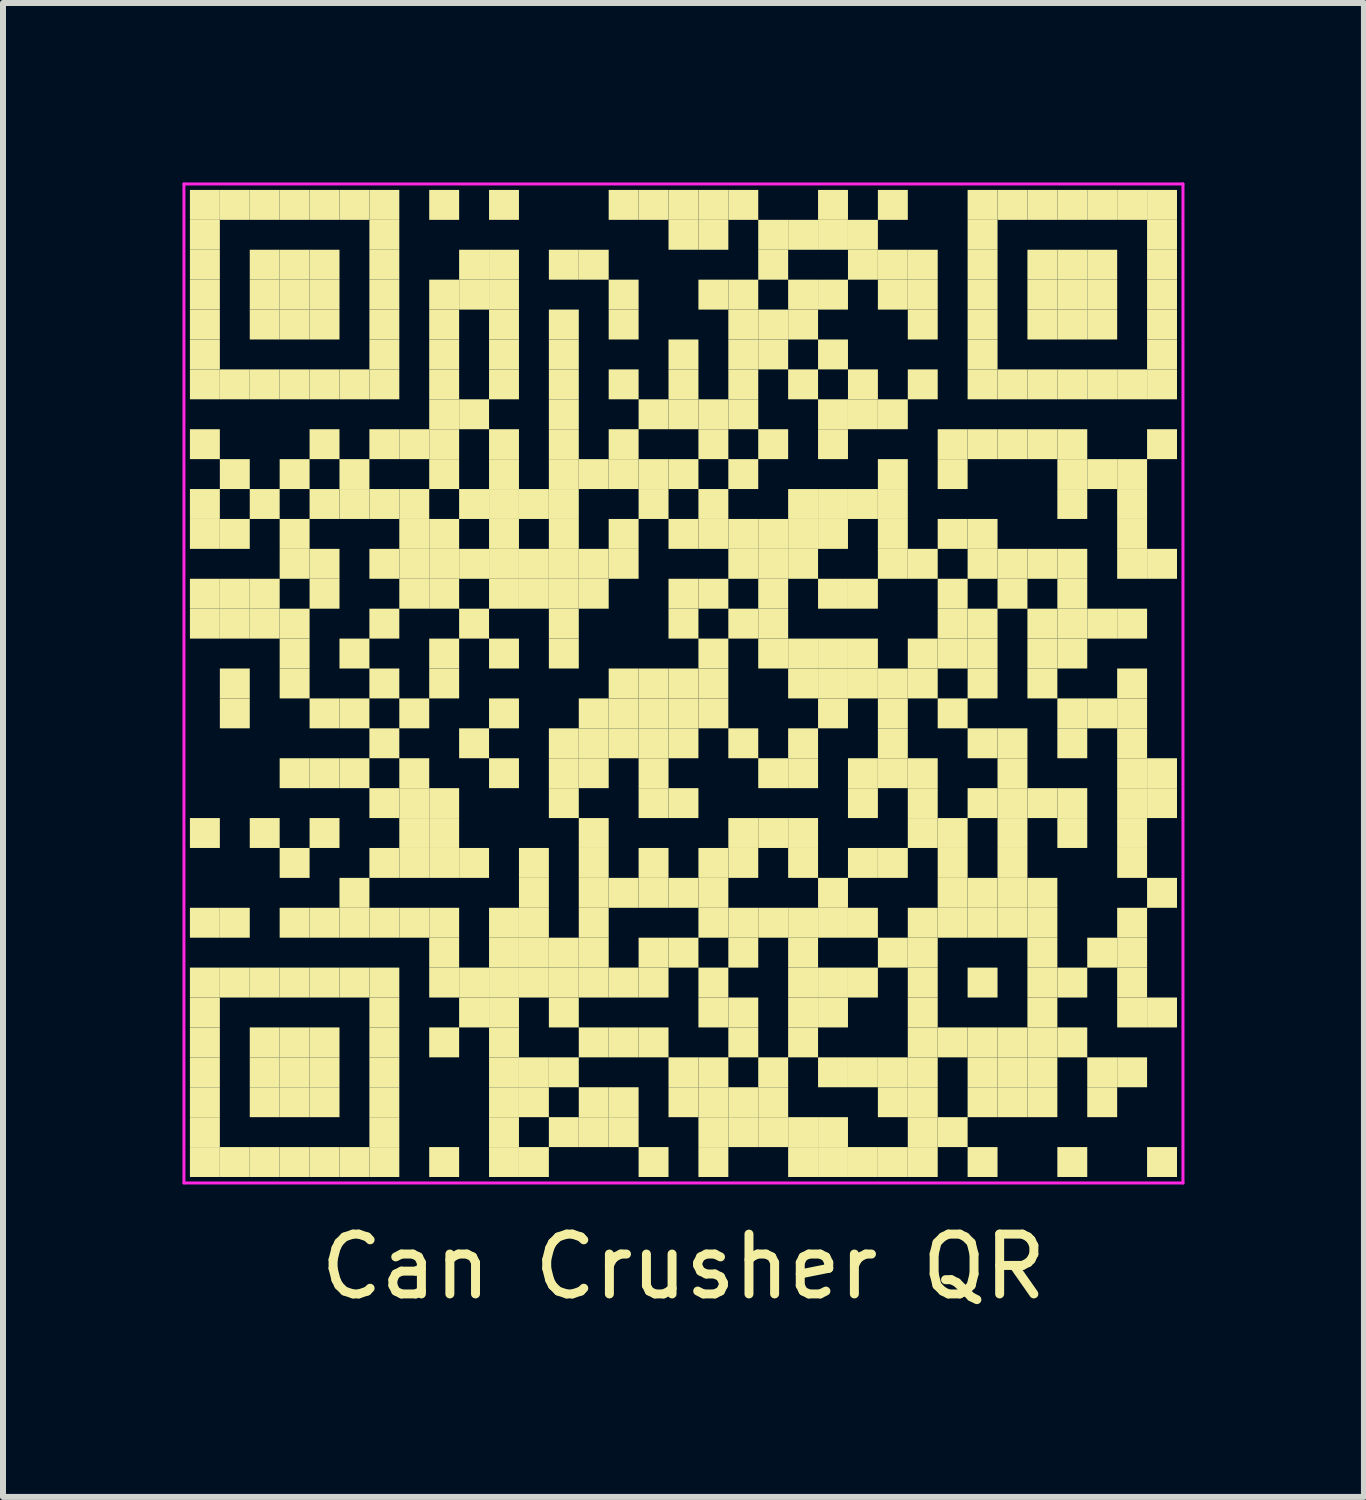
<source format=kicad_pcb>
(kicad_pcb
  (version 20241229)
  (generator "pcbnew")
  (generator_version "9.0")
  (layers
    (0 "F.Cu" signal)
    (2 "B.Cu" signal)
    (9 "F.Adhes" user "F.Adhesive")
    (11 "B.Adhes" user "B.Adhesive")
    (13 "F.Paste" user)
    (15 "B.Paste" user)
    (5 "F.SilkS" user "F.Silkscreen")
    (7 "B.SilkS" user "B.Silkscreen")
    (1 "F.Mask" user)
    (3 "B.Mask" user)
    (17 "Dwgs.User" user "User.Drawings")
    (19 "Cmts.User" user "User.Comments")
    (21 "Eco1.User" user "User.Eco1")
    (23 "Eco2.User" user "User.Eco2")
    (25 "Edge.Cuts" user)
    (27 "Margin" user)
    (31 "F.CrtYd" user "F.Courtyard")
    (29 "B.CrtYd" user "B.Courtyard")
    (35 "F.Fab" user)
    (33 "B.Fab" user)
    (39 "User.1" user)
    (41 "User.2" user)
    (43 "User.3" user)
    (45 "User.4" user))
  (footprint "Can Crusher QR"
    (layer "F.Cu")
    (at 8.375 8.375)
    (property "Reference" "Can Crusher QR" (at 0 9.75 0) (layer "F.SilkS") (effects (font (size 1 1) (thickness 0.15))))
    (fp_rect (start -8.25 -8.25) (end -7.75 -7.75) (stroke (width 0) (type solid)) (fill yes) (layer "F.SilkS"))
    (fp_rect (start -8.25 -7.75) (end -7.75 -7.25) (stroke (width 0) (type solid)) (fill yes) (layer "F.SilkS"))
    (fp_rect (start -8.25 -7.25) (end -7.75 -6.75) (stroke (width 0) (type solid)) (fill yes) (layer "F.SilkS"))
    (fp_rect (start -8.25 -6.75) (end -7.75 -6.25) (stroke (width 0) (type solid)) (fill yes) (layer "F.SilkS"))
    (fp_rect (start -8.25 -6.25) (end -7.75 -5.75) (stroke (width 0) (type solid)) (fill yes) (layer "F.SilkS"))
    (fp_rect (start -8.25 -5.75) (end -7.75 -5.25) (stroke (width 0) (type solid)) (fill yes) (layer "F.SilkS"))
    (fp_rect (start -8.25 -5.25) (end -7.75 -4.75) (stroke (width 0) (type solid)) (fill yes) (layer "F.SilkS"))
    (fp_rect (start -8.25 -4.25) (end -7.75 -3.75) (stroke (width 0) (type solid)) (fill yes) (layer "F.SilkS"))
    (fp_rect (start -8.25 -3.25) (end -7.75 -2.75) (stroke (width 0) (type solid)) (fill yes) (layer "F.SilkS"))
    (fp_rect (start -8.25 -2.75) (end -7.75 -2.25) (stroke (width 0) (type solid)) (fill yes) (layer "F.SilkS"))
    (fp_rect (start -8.25 -1.75) (end -7.75 -1.25) (stroke (width 0) (type solid)) (fill yes) (layer "F.SilkS"))
    (fp_rect (start -8.25 -1.25) (end -7.75 -0.75) (stroke (width 0) (type solid)) (fill yes) (layer "F.SilkS"))
    (fp_rect (start -8.25 2.25) (end -7.75 2.75) (stroke (width 0) (type solid)) (fill yes) (layer "F.SilkS"))
    (fp_rect (start -8.25 3.75) (end -7.75 4.25) (stroke (width 0) (type solid)) (fill yes) (layer "F.SilkS"))
    (fp_rect (start -8.25 4.75) (end -7.75 5.25) (stroke (width 0) (type solid)) (fill yes) (layer "F.SilkS"))
    (fp_rect (start -8.25 5.25) (end -7.75 5.75) (stroke (width 0) (type solid)) (fill yes) (layer "F.SilkS"))
    (fp_rect (start -8.25 5.75) (end -7.75 6.25) (stroke (width 0) (type solid)) (fill yes) (layer "F.SilkS"))
    (fp_rect (start -8.25 6.25) (end -7.75 6.75) (stroke (width 0) (type solid)) (fill yes) (layer "F.SilkS"))
    (fp_rect (start -8.25 6.75) (end -7.75 7.25) (stroke (width 0) (type solid)) (fill yes) (layer "F.SilkS"))
    (fp_rect (start -8.25 7.25) (end -7.75 7.75) (stroke (width 0) (type solid)) (fill yes) (layer "F.SilkS"))
    (fp_rect (start -8.25 7.75) (end -7.75 8.25) (stroke (width 0) (type solid)) (fill yes) (layer "F.SilkS"))
    (fp_rect (start -7.75 -8.25) (end -7.25 -7.75) (stroke (width 0) (type solid)) (fill yes) (layer "F.SilkS"))
    (fp_rect (start -7.75 -5.25) (end -7.25 -4.75) (stroke (width 0) (type solid)) (fill yes) (layer "F.SilkS"))
    (fp_rect (start -7.75 -3.75) (end -7.25 -3.25) (stroke (width 0) (type solid)) (fill yes) (layer "F.SilkS"))
    (fp_rect (start -7.75 -2.75) (end -7.25 -2.25) (stroke (width 0) (type solid)) (fill yes) (layer "F.SilkS"))
    (fp_rect (start -7.75 -1.75) (end -7.25 -1.25) (stroke (width 0) (type solid)) (fill yes) (layer "F.SilkS"))
    (fp_rect (start -7.75 -1.25) (end -7.25 -0.75) (stroke (width 0) (type solid)) (fill yes) (layer "F.SilkS"))
    (fp_rect (start -7.75 -0.25) (end -7.25 0.25) (stroke (width 0) (type solid)) (fill yes) (layer "F.SilkS"))
    (fp_rect (start -7.75 0.25) (end -7.25 0.75) (stroke (width 0) (type solid)) (fill yes) (layer "F.SilkS"))
    (fp_rect (start -7.75 3.75) (end -7.25 4.25) (stroke (width 0) (type solid)) (fill yes) (layer "F.SilkS"))
    (fp_rect (start -7.75 4.75) (end -7.25 5.25) (stroke (width 0) (type solid)) (fill yes) (layer "F.SilkS"))
    (fp_rect (start -7.75 7.75) (end -7.25 8.25) (stroke (width 0) (type solid)) (fill yes) (layer "F.SilkS"))
    (fp_rect (start -7.25 -8.25) (end -6.75 -7.75) (stroke (width 0) (type solid)) (fill yes) (layer "F.SilkS"))
    (fp_rect (start -7.25 -7.25) (end -6.75 -6.75) (stroke (width 0) (type solid)) (fill yes) (layer "F.SilkS"))
    (fp_rect (start -7.25 -6.75) (end -6.75 -6.25) (stroke (width 0) (type solid)) (fill yes) (layer "F.SilkS"))
    (fp_rect (start -7.25 -6.25) (end -6.75 -5.75) (stroke (width 0) (type solid)) (fill yes) (layer "F.SilkS"))
    (fp_rect (start -7.25 -5.25) (end -6.75 -4.75) (stroke (width 0) (type solid)) (fill yes) (layer "F.SilkS"))
    (fp_rect (start -7.25 -3.25) (end -6.75 -2.75) (stroke (width 0) (type solid)) (fill yes) (layer "F.SilkS"))
    (fp_rect (start -7.25 -1.75) (end -6.75 -1.25) (stroke (width 0) (type solid)) (fill yes) (layer "F.SilkS"))
    (fp_rect (start -7.25 -1.25) (end -6.75 -0.75) (stroke (width 0) (type solid)) (fill yes) (layer "F.SilkS"))
    (fp_rect (start -7.25 2.25) (end -6.75 2.75) (stroke (width 0) (type solid)) (fill yes) (layer "F.SilkS"))
    (fp_rect (start -7.25 4.75) (end -6.75 5.25) (stroke (width 0) (type solid)) (fill yes) (layer "F.SilkS"))
    (fp_rect (start -7.25 5.75) (end -6.75 6.25) (stroke (width 0) (type solid)) (fill yes) (layer "F.SilkS"))
    (fp_rect (start -7.25 6.25) (end -6.75 6.75) (stroke (width 0) (type solid)) (fill yes) (layer "F.SilkS"))
    (fp_rect (start -7.25 6.75) (end -6.75 7.25) (stroke (width 0) (type solid)) (fill yes) (layer "F.SilkS"))
    (fp_rect (start -7.25 7.75) (end -6.75 8.25) (stroke (width 0) (type solid)) (fill yes) (layer "F.SilkS"))
    (fp_rect (start -6.75 -8.25) (end -6.25 -7.75) (stroke (width 0) (type solid)) (fill yes) (layer "F.SilkS"))
    (fp_rect (start -6.75 -7.25) (end -6.25 -6.75) (stroke (width 0) (type solid)) (fill yes) (layer "F.SilkS"))
    (fp_rect (start -6.75 -6.75) (end -6.25 -6.25) (stroke (width 0) (type solid)) (fill yes) (layer "F.SilkS"))
    (fp_rect (start -6.75 -6.25) (end -6.25 -5.75) (stroke (width 0) (type solid)) (fill yes) (layer "F.SilkS"))
    (fp_rect (start -6.75 -5.25) (end -6.25 -4.75) (stroke (width 0) (type solid)) (fill yes) (layer "F.SilkS"))
    (fp_rect (start -6.75 -3.75) (end -6.25 -3.25) (stroke (width 0) (type solid)) (fill yes) (layer "F.SilkS"))
    (fp_rect (start -6.75 -2.75) (end -6.25 -2.25) (stroke (width 0) (type solid)) (fill yes) (layer "F.SilkS"))
    (fp_rect (start -6.75 -2.25) (end -6.25 -1.75) (stroke (width 0) (type solid)) (fill yes) (layer "F.SilkS"))
    (fp_rect (start -6.75 -1.25) (end -6.25 -0.75) (stroke (width 0) (type solid)) (fill yes) (layer "F.SilkS"))
    (fp_rect (start -6.75 -0.75) (end -6.25 -0.25) (stroke (width 0) (type solid)) (fill yes) (layer "F.SilkS"))
    (fp_rect (start -6.75 -0.25) (end -6.25 0.25) (stroke (width 0) (type solid)) (fill yes) (layer "F.SilkS"))
    (fp_rect (start -6.75 1.25) (end -6.25 1.75) (stroke (width 0) (type solid)) (fill yes) (layer "F.SilkS"))
    (fp_rect (start -6.75 2.75) (end -6.25 3.25) (stroke (width 0) (type solid)) (fill yes) (layer "F.SilkS"))
    (fp_rect (start -6.75 3.75) (end -6.25 4.25) (stroke (width 0) (type solid)) (fill yes) (layer "F.SilkS"))
    (fp_rect (start -6.75 4.75) (end -6.25 5.25) (stroke (width 0) (type solid)) (fill yes) (layer "F.SilkS"))
    (fp_rect (start -6.75 5.75) (end -6.25 6.25) (stroke (width 0) (type solid)) (fill yes) (layer "F.SilkS"))
    (fp_rect (start -6.75 6.25) (end -6.25 6.75) (stroke (width 0) (type solid)) (fill yes) (layer "F.SilkS"))
    (fp_rect (start -6.75 6.75) (end -6.25 7.25) (stroke (width 0) (type solid)) (fill yes) (layer "F.SilkS"))
    (fp_rect (start -6.75 7.75) (end -6.25 8.25) (stroke (width 0) (type solid)) (fill yes) (layer "F.SilkS"))
    (fp_rect (start -6.25 -8.25) (end -5.75 -7.75) (stroke (width 0) (type solid)) (fill yes) (layer "F.SilkS"))
    (fp_rect (start -6.25 -7.25) (end -5.75 -6.75) (stroke (width 0) (type solid)) (fill yes) (layer "F.SilkS"))
    (fp_rect (start -6.25 -6.75) (end -5.75 -6.25) (stroke (width 0) (type solid)) (fill yes) (layer "F.SilkS"))
    (fp_rect (start -6.25 -6.25) (end -5.75 -5.75) (stroke (width 0) (type solid)) (fill yes) (layer "F.SilkS"))
    (fp_rect (start -6.25 -5.25) (end -5.75 -4.75) (stroke (width 0) (type solid)) (fill yes) (layer "F.SilkS"))
    (fp_rect (start -6.25 -4.25) (end -5.75 -3.75) (stroke (width 0) (type solid)) (fill yes) (layer "F.SilkS"))
    (fp_rect (start -6.25 -3.25) (end -5.75 -2.75) (stroke (width 0) (type solid)) (fill yes) (layer "F.SilkS"))
    (fp_rect (start -6.25 -2.25) (end -5.75 -1.75) (stroke (width 0) (type solid)) (fill yes) (layer "F.SilkS"))
    (fp_rect (start -6.25 -1.75) (end -5.75 -1.25) (stroke (width 0) (type solid)) (fill yes) (layer "F.SilkS"))
    (fp_rect (start -6.25 0.25) (end -5.75 0.75) (stroke (width 0) (type solid)) (fill yes) (layer "F.SilkS"))
    (fp_rect (start -6.25 1.25) (end -5.75 1.75) (stroke (width 0) (type solid)) (fill yes) (layer "F.SilkS"))
    (fp_rect (start -6.25 2.25) (end -5.75 2.75) (stroke (width 0) (type solid)) (fill yes) (layer "F.SilkS"))
    (fp_rect (start -6.25 3.75) (end -5.75 4.25) (stroke (width 0) (type solid)) (fill yes) (layer "F.SilkS"))
    (fp_rect (start -6.25 4.75) (end -5.75 5.25) (stroke (width 0) (type solid)) (fill yes) (layer "F.SilkS"))
    (fp_rect (start -6.25 5.75) (end -5.75 6.25) (stroke (width 0) (type solid)) (fill yes) (layer "F.SilkS"))
    (fp_rect (start -6.25 6.25) (end -5.75 6.75) (stroke (width 0) (type solid)) (fill yes) (layer "F.SilkS"))
    (fp_rect (start -6.25 6.75) (end -5.75 7.25) (stroke (width 0) (type solid)) (fill yes) (layer "F.SilkS"))
    (fp_rect (start -6.25 7.75) (end -5.75 8.25) (stroke (width 0) (type solid)) (fill yes) (layer "F.SilkS"))
    (fp_rect (start -5.75 -8.25) (end -5.25 -7.75) (stroke (width 0) (type solid)) (fill yes) (layer "F.SilkS"))
    (fp_rect (start -5.75 -5.25) (end -5.25 -4.75) (stroke (width 0) (type solid)) (fill yes) (layer "F.SilkS"))
    (fp_rect (start -5.75 -3.75) (end -5.25 -3.25) (stroke (width 0) (type solid)) (fill yes) (layer "F.SilkS"))
    (fp_rect (start -5.75 -3.25) (end -5.25 -2.75) (stroke (width 0) (type solid)) (fill yes) (layer "F.SilkS"))
    (fp_rect (start -5.75 -0.75) (end -5.25 -0.25) (stroke (width 0) (type solid)) (fill yes) (layer "F.SilkS"))
    (fp_rect (start -5.75 0.25) (end -5.25 0.75) (stroke (width 0) (type solid)) (fill yes) (layer "F.SilkS"))
    (fp_rect (start -5.75 1.25) (end -5.25 1.75) (stroke (width 0) (type solid)) (fill yes) (layer "F.SilkS"))
    (fp_rect (start -5.75 3.25) (end -5.25 3.75) (stroke (width 0) (type solid)) (fill yes) (layer "F.SilkS"))
    (fp_rect (start -5.75 3.75) (end -5.25 4.25) (stroke (width 0) (type solid)) (fill yes) (layer "F.SilkS"))
    (fp_rect (start -5.75 4.75) (end -5.25 5.25) (stroke (width 0) (type solid)) (fill yes) (layer "F.SilkS"))
    (fp_rect (start -5.75 7.75) (end -5.25 8.25) (stroke (width 0) (type solid)) (fill yes) (layer "F.SilkS"))
    (fp_rect (start -5.25 -8.25) (end -4.75 -7.75) (stroke (width 0) (type solid)) (fill yes) (layer "F.SilkS"))
    (fp_rect (start -5.25 -7.75) (end -4.75 -7.25) (stroke (width 0) (type solid)) (fill yes) (layer "F.SilkS"))
    (fp_rect (start -5.25 -7.25) (end -4.75 -6.75) (stroke (width 0) (type solid)) (fill yes) (layer "F.SilkS"))
    (fp_rect (start -5.25 -6.75) (end -4.75 -6.25) (stroke (width 0) (type solid)) (fill yes) (layer "F.SilkS"))
    (fp_rect (start -5.25 -6.25) (end -4.75 -5.75) (stroke (width 0) (type solid)) (fill yes) (layer "F.SilkS"))
    (fp_rect (start -5.25 -5.75) (end -4.75 -5.25) (stroke (width 0) (type solid)) (fill yes) (layer "F.SilkS"))
    (fp_rect (start -5.25 -5.25) (end -4.75 -4.75) (stroke (width 0) (type solid)) (fill yes) (layer "F.SilkS"))
    (fp_rect (start -5.25 -4.25) (end -4.75 -3.75) (stroke (width 0) (type solid)) (fill yes) (layer "F.SilkS"))
    (fp_rect (start -5.25 -3.25) (end -4.75 -2.75) (stroke (width 0) (type solid)) (fill yes) (layer "F.SilkS"))
    (fp_rect (start -5.25 -2.25) (end -4.75 -1.75) (stroke (width 0) (type solid)) (fill yes) (layer "F.SilkS"))
    (fp_rect (start -5.25 -1.25) (end -4.75 -0.75) (stroke (width 0) (type solid)) (fill yes) (layer "F.SilkS"))
    (fp_rect (start -5.25 -0.25) (end -4.75 0.25) (stroke (width 0) (type solid)) (fill yes) (layer "F.SilkS"))
    (fp_rect (start -5.25 0.75) (end -4.75 1.25) (stroke (width 0) (type solid)) (fill yes) (layer "F.SilkS"))
    (fp_rect (start -5.25 1.75) (end -4.75 2.25) (stroke (width 0) (type solid)) (fill yes) (layer "F.SilkS"))
    (fp_rect (start -5.25 2.75) (end -4.75 3.25) (stroke (width 0) (type solid)) (fill yes) (layer "F.SilkS"))
    (fp_rect (start -5.25 3.75) (end -4.75 4.25) (stroke (width 0) (type solid)) (fill yes) (layer "F.SilkS"))
    (fp_rect (start -5.25 4.75) (end -4.75 5.25) (stroke (width 0) (type solid)) (fill yes) (layer "F.SilkS"))
    (fp_rect (start -5.25 5.25) (end -4.75 5.75) (stroke (width 0) (type solid)) (fill yes) (layer "F.SilkS"))
    (fp_rect (start -5.25 5.75) (end -4.75 6.25) (stroke (width 0) (type solid)) (fill yes) (layer "F.SilkS"))
    (fp_rect (start -5.25 6.25) (end -4.75 6.75) (stroke (width 0) (type solid)) (fill yes) (layer "F.SilkS"))
    (fp_rect (start -5.25 6.75) (end -4.75 7.25) (stroke (width 0) (type solid)) (fill yes) (layer "F.SilkS"))
    (fp_rect (start -5.25 7.25) (end -4.75 7.75) (stroke (width 0) (type solid)) (fill yes) (layer "F.SilkS"))
    (fp_rect (start -5.25 7.75) (end -4.75 8.25) (stroke (width 0) (type solid)) (fill yes) (layer "F.SilkS"))
    (fp_rect (start -4.75 -4.25) (end -4.25 -3.75) (stroke (width 0) (type solid)) (fill yes) (layer "F.SilkS"))
    (fp_rect (start -4.75 -3.25) (end -4.25 -2.75) (stroke (width 0) (type solid)) (fill yes) (layer "F.SilkS"))
    (fp_rect (start -4.75 -2.75) (end -4.25 -2.25) (stroke (width 0) (type solid)) (fill yes) (layer "F.SilkS"))
    (fp_rect (start -4.75 -2.25) (end -4.25 -1.75) (stroke (width 0) (type solid)) (fill yes) (layer "F.SilkS"))
    (fp_rect (start -4.75 -1.75) (end -4.25 -1.25) (stroke (width 0) (type solid)) (fill yes) (layer "F.SilkS"))
    (fp_rect (start -4.75 0.25) (end -4.25 0.75) (stroke (width 0) (type solid)) (fill yes) (layer "F.SilkS"))
    (fp_rect (start -4.75 1.25) (end -4.25 1.75) (stroke (width 0) (type solid)) (fill yes) (layer "F.SilkS"))
    (fp_rect (start -4.75 1.75) (end -4.25 2.25) (stroke (width 0) (type solid)) (fill yes) (layer "F.SilkS"))
    (fp_rect (start -4.75 2.25) (end -4.25 2.75) (stroke (width 0) (type solid)) (fill yes) (layer "F.SilkS"))
    (fp_rect (start -4.75 2.75) (end -4.25 3.25) (stroke (width 0) (type solid)) (fill yes) (layer "F.SilkS"))
    (fp_rect (start -4.75 3.75) (end -4.25 4.25) (stroke (width 0) (type solid)) (fill yes) (layer "F.SilkS"))
    (fp_rect (start -4.25 -8.25) (end -3.75 -7.75) (stroke (width 0) (type solid)) (fill yes) (layer "F.SilkS"))
    (fp_rect (start -4.25 -6.75) (end -3.75 -6.25) (stroke (width 0) (type solid)) (fill yes) (layer "F.SilkS"))
    (fp_rect (start -4.25 -6.25) (end -3.75 -5.75) (stroke (width 0) (type solid)) (fill yes) (layer "F.SilkS"))
    (fp_rect (start -4.25 -5.75) (end -3.75 -5.25) (stroke (width 0) (type solid)) (fill yes) (layer "F.SilkS"))
    (fp_rect (start -4.25 -5.25) (end -3.75 -4.75) (stroke (width 0) (type solid)) (fill yes) (layer "F.SilkS"))
    (fp_rect (start -4.25 -4.75) (end -3.75 -4.25) (stroke (width 0) (type solid)) (fill yes) (layer "F.SilkS"))
    (fp_rect (start -4.25 -4.25) (end -3.75 -3.75) (stroke (width 0) (type solid)) (fill yes) (layer "F.SilkS"))
    (fp_rect (start -4.25 -3.75) (end -3.75 -3.25) (stroke (width 0) (type solid)) (fill yes) (layer "F.SilkS"))
    (fp_rect (start -4.25 -2.75) (end -3.75 -2.25) (stroke (width 0) (type solid)) (fill yes) (layer "F.SilkS"))
    (fp_rect (start -4.25 -2.25) (end -3.75 -1.75) (stroke (width 0) (type solid)) (fill yes) (layer "F.SilkS"))
    (fp_rect (start -4.25 -1.75) (end -3.75 -1.25) (stroke (width 0) (type solid)) (fill yes) (layer "F.SilkS"))
    (fp_rect (start -4.25 -0.75) (end -3.75 -0.25) (stroke (width 0) (type solid)) (fill yes) (layer "F.SilkS"))
    (fp_rect (start -4.25 -0.25) (end -3.75 0.25) (stroke (width 0) (type solid)) (fill yes) (layer "F.SilkS"))
    (fp_rect (start -4.25 1.75) (end -3.75 2.25) (stroke (width 0) (type solid)) (fill yes) (layer "F.SilkS"))
    (fp_rect (start -4.25 2.25) (end -3.75 2.75) (stroke (width 0) (type solid)) (fill yes) (layer "F.SilkS"))
    (fp_rect (start -4.25 2.75) (end -3.75 3.25) (stroke (width 0) (type solid)) (fill yes) (layer "F.SilkS"))
    (fp_rect (start -4.25 3.75) (end -3.75 4.25) (stroke (width 0) (type solid)) (fill yes) (layer "F.SilkS"))
    (fp_rect (start -4.25 4.25) (end -3.75 4.75) (stroke (width 0) (type solid)) (fill yes) (layer "F.SilkS"))
    (fp_rect (start -4.25 4.75) (end -3.75 5.25) (stroke (width 0) (type solid)) (fill yes) (layer "F.SilkS"))
    (fp_rect (start -4.25 5.75) (end -3.75 6.25) (stroke (width 0) (type solid)) (fill yes) (layer "F.SilkS"))
    (fp_rect (start -4.25 7.75) (end -3.75 8.25) (stroke (width 0) (type solid)) (fill yes) (layer "F.SilkS"))
    (fp_rect (start -3.75 -7.25) (end -3.25 -6.75) (stroke (width 0) (type solid)) (fill yes) (layer "F.SilkS"))
    (fp_rect (start -3.75 -6.75) (end -3.25 -6.25) (stroke (width 0) (type solid)) (fill yes) (layer "F.SilkS"))
    (fp_rect (start -3.75 -4.75) (end -3.25 -4.25) (stroke (width 0) (type solid)) (fill yes) (layer "F.SilkS"))
    (fp_rect (start -3.75 -3.25) (end -3.25 -2.75) (stroke (width 0) (type solid)) (fill yes) (layer "F.SilkS"))
    (fp_rect (start -3.75 -2.25) (end -3.25 -1.75) (stroke (width 0) (type solid)) (fill yes) (layer "F.SilkS"))
    (fp_rect (start -3.75 -1.25) (end -3.25 -0.75) (stroke (width 0) (type solid)) (fill yes) (layer "F.SilkS"))
    (fp_rect (start -3.75 0.75) (end -3.25 1.25) (stroke (width 0) (type solid)) (fill yes) (layer "F.SilkS"))
    (fp_rect (start -3.75 2.75) (end -3.25 3.25) (stroke (width 0) (type solid)) (fill yes) (layer "F.SilkS"))
    (fp_rect (start -3.75 4.75) (end -3.25 5.25) (stroke (width 0) (type solid)) (fill yes) (layer "F.SilkS"))
    (fp_rect (start -3.75 5.25) (end -3.25 5.75) (stroke (width 0) (type solid)) (fill yes) (layer "F.SilkS"))
    (fp_rect (start -3.25 -8.25) (end -2.75 -7.75) (stroke (width 0) (type solid)) (fill yes) (layer "F.SilkS"))
    (fp_rect (start -3.25 -7.25) (end -2.75 -6.75) (stroke (width 0) (type solid)) (fill yes) (layer "F.SilkS"))
    (fp_rect (start -3.25 -6.75) (end -2.75 -6.25) (stroke (width 0) (type solid)) (fill yes) (layer "F.SilkS"))
    (fp_rect (start -3.25 -6.25) (end -2.75 -5.75) (stroke (width 0) (type solid)) (fill yes) (layer "F.SilkS"))
    (fp_rect (start -3.25 -5.75) (end -2.75 -5.25) (stroke (width 0) (type solid)) (fill yes) (layer "F.SilkS"))
    (fp_rect (start -3.25 -5.25) (end -2.75 -4.75) (stroke (width 0) (type solid)) (fill yes) (layer "F.SilkS"))
    (fp_rect (start -3.25 -4.25) (end -2.75 -3.75) (stroke (width 0) (type solid)) (fill yes) (layer "F.SilkS"))
    (fp_rect (start -3.25 -3.75) (end -2.75 -3.25) (stroke (width 0) (type solid)) (fill yes) (layer "F.SilkS"))
    (fp_rect (start -3.25 -3.25) (end -2.75 -2.75) (stroke (width 0) (type solid)) (fill yes) (layer "F.SilkS"))
    (fp_rect (start -3.25 -2.75) (end -2.75 -2.25) (stroke (width 0) (type solid)) (fill yes) (layer "F.SilkS"))
    (fp_rect (start -3.25 -2.25) (end -2.75 -1.75) (stroke (width 0) (type solid)) (fill yes) (layer "F.SilkS"))
    (fp_rect (start -3.25 -1.75) (end -2.75 -1.25) (stroke (width 0) (type solid)) (fill yes) (layer "F.SilkS"))
    (fp_rect (start -3.25 -0.75) (end -2.75 -0.25) (stroke (width 0) (type solid)) (fill yes) (layer "F.SilkS"))
    (fp_rect (start -3.25 0.25) (end -2.75 0.75) (stroke (width 0) (type solid)) (fill yes) (layer "F.SilkS"))
    (fp_rect (start -3.25 1.25) (end -2.75 1.75) (stroke (width 0) (type solid)) (fill yes) (layer "F.SilkS"))
    (fp_rect (start -3.25 3.75) (end -2.75 4.25) (stroke (width 0) (type solid)) (fill yes) (layer "F.SilkS"))
    (fp_rect (start -3.25 4.25) (end -2.75 4.75) (stroke (width 0) (type solid)) (fill yes) (layer "F.SilkS"))
    (fp_rect (start -3.25 4.75) (end -2.75 5.25) (stroke (width 0) (type solid)) (fill yes) (layer "F.SilkS"))
    (fp_rect (start -3.25 5.25) (end -2.75 5.75) (stroke (width 0) (type solid)) (fill yes) (layer "F.SilkS"))
    (fp_rect (start -3.25 5.75) (end -2.75 6.25) (stroke (width 0) (type solid)) (fill yes) (layer "F.SilkS"))
    (fp_rect (start -3.25 6.25) (end -2.75 6.75) (stroke (width 0) (type solid)) (fill yes) (layer "F.SilkS"))
    (fp_rect (start -3.25 6.75) (end -2.75 7.25) (stroke (width 0) (type solid)) (fill yes) (layer "F.SilkS"))
    (fp_rect (start -3.25 7.25) (end -2.75 7.75) (stroke (width 0) (type solid)) (fill yes) (layer "F.SilkS"))
    (fp_rect (start -3.25 7.75) (end -2.75 8.25) (stroke (width 0) (type solid)) (fill yes) (layer "F.SilkS"))
    (fp_rect (start -2.75 -3.25) (end -2.25 -2.75) (stroke (width 0) (type solid)) (fill yes) (layer "F.SilkS"))
    (fp_rect (start -2.75 -2.25) (end -2.25 -1.75) (stroke (width 0) (type solid)) (fill yes) (layer "F.SilkS"))
    (fp_rect (start -2.75 -1.75) (end -2.25 -1.25) (stroke (width 0) (type solid)) (fill yes) (layer "F.SilkS"))
    (fp_rect (start -2.75 2.75) (end -2.25 3.25) (stroke (width 0) (type solid)) (fill yes) (layer "F.SilkS"))
    (fp_rect (start -2.75 3.25) (end -2.25 3.75) (stroke (width 0) (type solid)) (fill yes) (layer "F.SilkS"))
    (fp_rect (start -2.75 3.75) (end -2.25 4.25) (stroke (width 0) (type solid)) (fill yes) (layer "F.SilkS"))
    (fp_rect (start -2.75 4.25) (end -2.25 4.75) (stroke (width 0) (type solid)) (fill yes) (layer "F.SilkS"))
    (fp_rect (start -2.75 4.75) (end -2.25 5.25) (stroke (width 0) (type solid)) (fill yes) (layer "F.SilkS"))
    (fp_rect (start -2.75 6.25) (end -2.25 6.75) (stroke (width 0) (type solid)) (fill yes) (layer "F.SilkS"))
    (fp_rect (start -2.75 6.75) (end -2.25 7.25) (stroke (width 0) (type solid)) (fill yes) (layer "F.SilkS"))
    (fp_rect (start -2.75 7.75) (end -2.25 8.25) (stroke (width 0) (type solid)) (fill yes) (layer "F.SilkS"))
    (fp_rect (start -2.25 -7.25) (end -1.75 -6.75) (stroke (width 0) (type solid)) (fill yes) (layer "F.SilkS"))
    (fp_rect (start -2.25 -6.25) (end -1.75 -5.75) (stroke (width 0) (type solid)) (fill yes) (layer "F.SilkS"))
    (fp_rect (start -2.25 -5.75) (end -1.75 -5.25) (stroke (width 0) (type solid)) (fill yes) (layer "F.SilkS"))
    (fp_rect (start -2.25 -5.25) (end -1.75 -4.75) (stroke (width 0) (type solid)) (fill yes) (layer "F.SilkS"))
    (fp_rect (start -2.25 -4.75) (end -1.75 -4.25) (stroke (width 0) (type solid)) (fill yes) (layer "F.SilkS"))
    (fp_rect (start -2.25 -4.25) (end -1.75 -3.75) (stroke (width 0) (type solid)) (fill yes) (layer "F.SilkS"))
    (fp_rect (start -2.25 -3.75) (end -1.75 -3.25) (stroke (width 0) (type solid)) (fill yes) (layer "F.SilkS"))
    (fp_rect (start -2.25 -3.25) (end -1.75 -2.75) (stroke (width 0) (type solid)) (fill yes) (layer "F.SilkS"))
    (fp_rect (start -2.25 -2.75) (end -1.75 -2.25) (stroke (width 0) (type solid)) (fill yes) (layer "F.SilkS"))
    (fp_rect (start -2.25 -2.25) (end -1.75 -1.75) (stroke (width 0) (type solid)) (fill yes) (layer "F.SilkS"))
    (fp_rect (start -2.25 -1.75) (end -1.75 -1.25) (stroke (width 0) (type solid)) (fill yes) (layer "F.SilkS"))
    (fp_rect (start -2.25 -1.25) (end -1.75 -0.75) (stroke (width 0) (type solid)) (fill yes) (layer "F.SilkS"))
    (fp_rect (start -2.25 -0.75) (end -1.75 -0.25) (stroke (width 0) (type solid)) (fill yes) (layer "F.SilkS"))
    (fp_rect (start -2.25 0.75) (end -1.75 1.25) (stroke (width 0) (type solid)) (fill yes) (layer "F.SilkS"))
    (fp_rect (start -2.25 1.25) (end -1.75 1.75) (stroke (width 0) (type solid)) (fill yes) (layer "F.SilkS"))
    (fp_rect (start -2.25 1.75) (end -1.75 2.25) (stroke (width 0) (type solid)) (fill yes) (layer "F.SilkS"))
    (fp_rect (start -2.25 4.25) (end -1.75 4.75) (stroke (width 0) (type solid)) (fill yes) (layer "F.SilkS"))
    (fp_rect (start -2.25 4.75) (end -1.75 5.25) (stroke (width 0) (type solid)) (fill yes) (layer "F.SilkS"))
    (fp_rect (start -2.25 5.25) (end -1.75 5.75) (stroke (width 0) (type solid)) (fill yes) (layer "F.SilkS"))
    (fp_rect (start -2.25 6.25) (end -1.75 6.75) (stroke (width 0) (type solid)) (fill yes) (layer "F.SilkS"))
    (fp_rect (start -2.25 7.25) (end -1.75 7.75) (stroke (width 0) (type solid)) (fill yes) (layer "F.SilkS"))
    (fp_rect (start -1.75 -7.25) (end -1.25 -6.75) (stroke (width 0) (type solid)) (fill yes) (layer "F.SilkS"))
    (fp_rect (start -1.75 -3.75) (end -1.25 -3.25) (stroke (width 0) (type solid)) (fill yes) (layer "F.SilkS"))
    (fp_rect (start -1.75 -2.25) (end -1.25 -1.75) (stroke (width 0) (type solid)) (fill yes) (layer "F.SilkS"))
    (fp_rect (start -1.75 -1.75) (end -1.25 -1.25) (stroke (width 0) (type solid)) (fill yes) (layer "F.SilkS"))
    (fp_rect (start -1.75 0.25) (end -1.25 0.75) (stroke (width 0) (type solid)) (fill yes) (layer "F.SilkS"))
    (fp_rect (start -1.75 0.75) (end -1.25 1.25) (stroke (width 0) (type solid)) (fill yes) (layer "F.SilkS"))
    (fp_rect (start -1.75 1.25) (end -1.25 1.75) (stroke (width 0) (type solid)) (fill yes) (layer "F.SilkS"))
    (fp_rect (start -1.75 2.25) (end -1.25 2.75) (stroke (width 0) (type solid)) (fill yes) (layer "F.SilkS"))
    (fp_rect (start -1.75 2.75) (end -1.25 3.25) (stroke (width 0) (type solid)) (fill yes) (layer "F.SilkS"))
    (fp_rect (start -1.75 3.25) (end -1.25 3.75) (stroke (width 0) (type solid)) (fill yes) (layer "F.SilkS"))
    (fp_rect (start -1.75 3.75) (end -1.25 4.25) (stroke (width 0) (type solid)) (fill yes) (layer "F.SilkS"))
    (fp_rect (start -1.75 4.25) (end -1.25 4.75) (stroke (width 0) (type solid)) (fill yes) (layer "F.SilkS"))
    (fp_rect (start -1.75 4.75) (end -1.25 5.25) (stroke (width 0) (type solid)) (fill yes) (layer "F.SilkS"))
    (fp_rect (start -1.75 5.75) (end -1.25 6.25) (stroke (width 0) (type solid)) (fill yes) (layer "F.SilkS"))
    (fp_rect (start -1.75 6.75) (end -1.25 7.25) (stroke (width 0) (type solid)) (fill yes) (layer "F.SilkS"))
    (fp_rect (start -1.75 7.25) (end -1.25 7.75) (stroke (width 0) (type solid)) (fill yes) (layer "F.SilkS"))
    (fp_rect (start -1.25 -8.25) (end -0.75 -7.75) (stroke (width 0) (type solid)) (fill yes) (layer "F.SilkS"))
    (fp_rect (start -1.25 -6.75) (end -0.75 -6.25) (stroke (width 0) (type solid)) (fill yes) (layer "F.SilkS"))
    (fp_rect (start -1.25 -6.25) (end -0.75 -5.75) (stroke (width 0) (type solid)) (fill yes) (layer "F.SilkS"))
    (fp_rect (start -1.25 -5.25) (end -0.75 -4.75) (stroke (width 0) (type solid)) (fill yes) (layer "F.SilkS"))
    (fp_rect (start -1.25 -4.25) (end -0.75 -3.75) (stroke (width 0) (type solid)) (fill yes) (layer "F.SilkS"))
    (fp_rect (start -1.25 -3.75) (end -0.75 -3.25) (stroke (width 0) (type solid)) (fill yes) (layer "F.SilkS"))
    (fp_rect (start -1.25 -2.75) (end -0.75 -2.25) (stroke (width 0) (type solid)) (fill yes) (layer "F.SilkS"))
    (fp_rect (start -1.25 -2.25) (end -0.75 -1.75) (stroke (width 0) (type solid)) (fill yes) (layer "F.SilkS"))
    (fp_rect (start -1.25 -0.25) (end -0.75 0.25) (stroke (width 0) (type solid)) (fill yes) (layer "F.SilkS"))
    (fp_rect (start -1.25 0.25) (end -0.75 0.75) (stroke (width 0) (type solid)) (fill yes) (layer "F.SilkS"))
    (fp_rect (start -1.25 0.75) (end -0.75 1.25) (stroke (width 0) (type solid)) (fill yes) (layer "F.SilkS"))
    (fp_rect (start -1.25 3.25) (end -0.75 3.75) (stroke (width 0) (type solid)) (fill yes) (layer "F.SilkS"))
    (fp_rect (start -1.25 4.75) (end -0.75 5.25) (stroke (width 0) (type solid)) (fill yes) (layer "F.SilkS"))
    (fp_rect (start -1.25 5.75) (end -0.75 6.25) (stroke (width 0) (type solid)) (fill yes) (layer "F.SilkS"))
    (fp_rect (start -1.25 6.75) (end -0.75 7.25) (stroke (width 0) (type solid)) (fill yes) (layer "F.SilkS"))
    (fp_rect (start -1.25 7.25) (end -0.75 7.75) (stroke (width 0) (type solid)) (fill yes) (layer "F.SilkS"))
    (fp_rect (start -0.75 -8.25) (end -0.25 -7.75) (stroke (width 0) (type solid)) (fill yes) (layer "F.SilkS"))
    (fp_rect (start -0.75 -4.75) (end -0.25 -4.25) (stroke (width 0) (type solid)) (fill yes) (layer "F.SilkS"))
    (fp_rect (start -0.75 -3.75) (end -0.25 -3.25) (stroke (width 0) (type solid)) (fill yes) (layer "F.SilkS"))
    (fp_rect (start -0.75 -3.25) (end -0.25 -2.75) (stroke (width 0) (type solid)) (fill yes) (layer "F.SilkS"))
    (fp_rect (start -0.75 -0.25) (end -0.25 0.25) (stroke (width 0) (type solid)) (fill yes) (layer "F.SilkS"))
    (fp_rect (start -0.75 0.25) (end -0.25 0.75) (stroke (width 0) (type solid)) (fill yes) (layer "F.SilkS"))
    (fp_rect (start -0.75 0.75) (end -0.25 1.25) (stroke (width 0) (type solid)) (fill yes) (layer "F.SilkS"))
    (fp_rect (start -0.75 1.25) (end -0.25 1.75) (stroke (width 0) (type solid)) (fill yes) (layer "F.SilkS"))
    (fp_rect (start -0.75 1.75) (end -0.25 2.25) (stroke (width 0) (type solid)) (fill yes) (layer "F.SilkS"))
    (fp_rect (start -0.75 2.75) (end -0.25 3.25) (stroke (width 0) (type solid)) (fill yes) (layer "F.SilkS"))
    (fp_rect (start -0.75 3.25) (end -0.25 3.75) (stroke (width 0) (type solid)) (fill yes) (layer "F.SilkS"))
    (fp_rect (start -0.75 4.25) (end -0.25 4.75) (stroke (width 0) (type solid)) (fill yes) (layer "F.SilkS"))
    (fp_rect (start -0.75 4.75) (end -0.25 5.25) (stroke (width 0) (type solid)) (fill yes) (layer "F.SilkS"))
    (fp_rect (start -0.75 5.75) (end -0.25 6.25) (stroke (width 0) (type solid)) (fill yes) (layer "F.SilkS"))
    (fp_rect (start -0.75 7.75) (end -0.25 8.25) (stroke (width 0) (type solid)) (fill yes) (layer "F.SilkS"))
    (fp_rect (start -0.25 -8.25) (end 0.25 -7.75) (stroke (width 0) (type solid)) (fill yes) (layer "F.SilkS"))
    (fp_rect (start -0.25 -7.75) (end 0.25 -7.25) (stroke (width 0) (type solid)) (fill yes) (layer "F.SilkS"))
    (fp_rect (start -0.25 -5.75) (end 0.25 -5.25) (stroke (width 0) (type solid)) (fill yes) (layer "F.SilkS"))
    (fp_rect (start -0.25 -5.25) (end 0.25 -4.75) (stroke (width 0) (type solid)) (fill yes) (layer "F.SilkS"))
    (fp_rect (start -0.25 -4.75) (end 0.25 -4.25) (stroke (width 0) (type solid)) (fill yes) (layer "F.SilkS"))
    (fp_rect (start -0.25 -3.75) (end 0.25 -3.25) (stroke (width 0) (type solid)) (fill yes) (layer "F.SilkS"))
    (fp_rect (start -0.25 -2.75) (end 0.25 -2.25) (stroke (width 0) (type solid)) (fill yes) (layer "F.SilkS"))
    (fp_rect (start -0.25 -1.75) (end 0.25 -1.25) (stroke (width 0) (type solid)) (fill yes) (layer "F.SilkS"))
    (fp_rect (start -0.25 -1.25) (end 0.25 -0.75) (stroke (width 0) (type solid)) (fill yes) (layer "F.SilkS"))
    (fp_rect (start -0.25 -0.25) (end 0.25 0.25) (stroke (width 0) (type solid)) (fill yes) (layer "F.SilkS"))
    (fp_rect (start -0.25 0.25) (end 0.25 0.75) (stroke (width 0) (type solid)) (fill yes) (layer "F.SilkS"))
    (fp_rect (start -0.25 0.75) (end 0.25 1.25) (stroke (width 0) (type solid)) (fill yes) (layer "F.SilkS"))
    (fp_rect (start -0.25 1.75) (end 0.25 2.25) (stroke (width 0) (type solid)) (fill yes) (layer "F.SilkS"))
    (fp_rect (start -0.25 3.25) (end 0.25 3.75) (stroke (width 0) (type solid)) (fill yes) (layer "F.SilkS"))
    (fp_rect (start -0.25 4.25) (end 0.25 4.75) (stroke (width 0) (type solid)) (fill yes) (layer "F.SilkS"))
    (fp_rect (start -0.25 6.25) (end 0.25 6.75) (stroke (width 0) (type solid)) (fill yes) (layer "F.SilkS"))
    (fp_rect (start -0.25 6.75) (end 0.25 7.25) (stroke (width 0) (type solid)) (fill yes) (layer "F.SilkS"))
    (fp_rect (start 0.25 -8.25) (end 0.75 -7.75) (stroke (width 0) (type solid)) (fill yes) (layer "F.SilkS"))
    (fp_rect (start 0.25 -7.75) (end 0.75 -7.25) (stroke (width 0) (type solid)) (fill yes) (layer "F.SilkS"))
    (fp_rect (start 0.25 -6.75) (end 0.75 -6.25) (stroke (width 0) (type solid)) (fill yes) (layer "F.SilkS"))
    (fp_rect (start 0.25 -4.75) (end 0.75 -4.25) (stroke (width 0) (type solid)) (fill yes) (layer "F.SilkS"))
    (fp_rect (start 0.25 -4.25) (end 0.75 -3.75) (stroke (width 0) (type solid)) (fill yes) (layer "F.SilkS"))
    (fp_rect (start 0.25 -3.25) (end 0.75 -2.75) (stroke (width 0) (type solid)) (fill yes) (layer "F.SilkS"))
    (fp_rect (start 0.25 -2.75) (end 0.75 -2.25) (stroke (width 0) (type solid)) (fill yes) (layer "F.SilkS"))
    (fp_rect (start 0.25 -1.75) (end 0.75 -1.25) (stroke (width 0) (type solid)) (fill yes) (layer "F.SilkS"))
    (fp_rect (start 0.25 -0.75) (end 0.75 -0.25) (stroke (width 0) (type solid)) (fill yes) (layer "F.SilkS"))
    (fp_rect (start 0.25 -0.25) (end 0.75 0.25) (stroke (width 0) (type solid)) (fill yes) (layer "F.SilkS"))
    (fp_rect (start 0.25 0.25) (end 0.75 0.75) (stroke (width 0) (type solid)) (fill yes) (layer "F.SilkS"))
    (fp_rect (start 0.25 2.75) (end 0.75 3.25) (stroke (width 0) (type solid)) (fill yes) (layer "F.SilkS"))
    (fp_rect (start 0.25 3.25) (end 0.75 3.75) (stroke (width 0) (type solid)) (fill yes) (layer "F.SilkS"))
    (fp_rect (start 0.25 3.75) (end 0.75 4.25) (stroke (width 0) (type solid)) (fill yes) (layer "F.SilkS"))
    (fp_rect (start 0.25 4.75) (end 0.75 5.25) (stroke (width 0) (type solid)) (fill yes) (layer "F.SilkS"))
    (fp_rect (start 0.25 5.25) (end 0.75 5.75) (stroke (width 0) (type solid)) (fill yes) (layer "F.SilkS"))
    (fp_rect (start 0.25 6.25) (end 0.75 6.75) (stroke (width 0) (type solid)) (fill yes) (layer "F.SilkS"))
    (fp_rect (start 0.25 6.75) (end 0.75 7.25) (stroke (width 0) (type solid)) (fill yes) (layer "F.SilkS"))
    (fp_rect (start 0.25 7.25) (end 0.75 7.75) (stroke (width 0) (type solid)) (fill yes) (layer "F.SilkS"))
    (fp_rect (start 0.25 7.75) (end 0.75 8.25) (stroke (width 0) (type solid)) (fill yes) (layer "F.SilkS"))
    (fp_rect (start 0.75 -8.25) (end 1.25 -7.75) (stroke (width 0) (type solid)) (fill yes) (layer "F.SilkS"))
    (fp_rect (start 0.75 -6.75) (end 1.25 -6.25) (stroke (width 0) (type solid)) (fill yes) (layer "F.SilkS"))
    (fp_rect (start 0.75 -6.25) (end 1.25 -5.75) (stroke (width 0) (type solid)) (fill yes) (layer "F.SilkS"))
    (fp_rect (start 0.75 -5.75) (end 1.25 -5.25) (stroke (width 0) (type solid)) (fill yes) (layer "F.SilkS"))
    (fp_rect (start 0.75 -5.25) (end 1.25 -4.75) (stroke (width 0) (type solid)) (fill yes) (layer "F.SilkS"))
    (fp_rect (start 0.75 -4.75) (end 1.25 -4.25) (stroke (width 0) (type solid)) (fill yes) (layer "F.SilkS"))
    (fp_rect (start 0.75 -3.75) (end 1.25 -3.25) (stroke (width 0) (type solid)) (fill yes) (layer "F.SilkS"))
    (fp_rect (start 0.75 -2.75) (end 1.25 -2.25) (stroke (width 0) (type solid)) (fill yes) (layer "F.SilkS"))
    (fp_rect (start 0.75 -2.25) (end 1.25 -1.75) (stroke (width 0) (type solid)) (fill yes) (layer "F.SilkS"))
    (fp_rect (start 0.75 -1.25) (end 1.25 -0.75) (stroke (width 0) (type solid)) (fill yes) (layer "F.SilkS"))
    (fp_rect (start 0.75 0.75) (end 1.25 1.25) (stroke (width 0) (type solid)) (fill yes) (layer "F.SilkS"))
    (fp_rect (start 0.75 2.25) (end 1.25 2.75) (stroke (width 0) (type solid)) (fill yes) (layer "F.SilkS"))
    (fp_rect (start 0.75 2.75) (end 1.25 3.25) (stroke (width 0) (type solid)) (fill yes) (layer "F.SilkS"))
    (fp_rect (start 0.75 3.75) (end 1.25 4.25) (stroke (width 0) (type solid)) (fill yes) (layer "F.SilkS"))
    (fp_rect (start 0.75 4.25) (end 1.25 4.75) (stroke (width 0) (type solid)) (fill yes) (layer "F.SilkS"))
    (fp_rect (start 0.75 5.25) (end 1.25 5.75) (stroke (width 0) (type solid)) (fill yes) (layer "F.SilkS"))
    (fp_rect (start 0.75 5.75) (end 1.25 6.25) (stroke (width 0) (type solid)) (fill yes) (layer "F.SilkS"))
    (fp_rect (start 0.75 6.75) (end 1.25 7.25) (stroke (width 0) (type solid)) (fill yes) (layer "F.SilkS"))
    (fp_rect (start 0.75 7.25) (end 1.25 7.75) (stroke (width 0) (type solid)) (fill yes) (layer "F.SilkS"))
    (fp_rect (start 1.25 -7.75) (end 1.75 -7.25) (stroke (width 0) (type solid)) (fill yes) (layer "F.SilkS"))
    (fp_rect (start 1.25 -7.25) (end 1.75 -6.75) (stroke (width 0) (type solid)) (fill yes) (layer "F.SilkS"))
    (fp_rect (start 1.25 -6.25) (end 1.75 -5.75) (stroke (width 0) (type solid)) (fill yes) (layer "F.SilkS"))
    (fp_rect (start 1.25 -5.75) (end 1.75 -5.25) (stroke (width 0) (type solid)) (fill yes) (layer "F.SilkS"))
    (fp_rect (start 1.25 -4.25) (end 1.75 -3.75) (stroke (width 0) (type solid)) (fill yes) (layer "F.SilkS"))
    (fp_rect (start 1.25 -2.75) (end 1.75 -2.25) (stroke (width 0) (type solid)) (fill yes) (layer "F.SilkS"))
    (fp_rect (start 1.25 -2.25) (end 1.75 -1.75) (stroke (width 0) (type solid)) (fill yes) (layer "F.SilkS"))
    (fp_rect (start 1.25 -1.75) (end 1.75 -1.25) (stroke (width 0) (type solid)) (fill yes) (layer "F.SilkS"))
    (fp_rect (start 1.25 -1.25) (end 1.75 -0.75) (stroke (width 0) (type solid)) (fill yes) (layer "F.SilkS"))
    (fp_rect (start 1.25 -0.75) (end 1.75 -0.25) (stroke (width 0) (type solid)) (fill yes) (layer "F.SilkS"))
    (fp_rect (start 1.25 1.25) (end 1.75 1.75) (stroke (width 0) (type solid)) (fill yes) (layer "F.SilkS"))
    (fp_rect (start 1.25 2.25) (end 1.75 2.75) (stroke (width 0) (type solid)) (fill yes) (layer "F.SilkS"))
    (fp_rect (start 1.25 3.75) (end 1.75 4.25) (stroke (width 0) (type solid)) (fill yes) (layer "F.SilkS"))
    (fp_rect (start 1.25 6.25) (end 1.75 6.75) (stroke (width 0) (type solid)) (fill yes) (layer "F.SilkS"))
    (fp_rect (start 1.25 6.75) (end 1.75 7.25) (stroke (width 0) (type solid)) (fill yes) (layer "F.SilkS"))
    (fp_rect (start 1.25 7.25) (end 1.75 7.75) (stroke (width 0) (type solid)) (fill yes) (layer "F.SilkS"))
    (fp_rect (start 1.75 -7.75) (end 2.25 -7.25) (stroke (width 0) (type solid)) (fill yes) (layer "F.SilkS"))
    (fp_rect (start 1.75 -6.75) (end 2.25 -6.25) (stroke (width 0) (type solid)) (fill yes) (layer "F.SilkS"))
    (fp_rect (start 1.75 -6.25) (end 2.25 -5.75) (stroke (width 0) (type solid)) (fill yes) (layer "F.SilkS"))
    (fp_rect (start 1.75 -5.25) (end 2.25 -4.75) (stroke (width 0) (type solid)) (fill yes) (layer "F.SilkS"))
    (fp_rect (start 1.75 -3.25) (end 2.25 -2.75) (stroke (width 0) (type solid)) (fill yes) (layer "F.SilkS"))
    (fp_rect (start 1.75 -2.75) (end 2.25 -2.25) (stroke (width 0) (type solid)) (fill yes) (layer "F.SilkS"))
    (fp_rect (start 1.75 -2.25) (end 2.25 -1.75) (stroke (width 0) (type solid)) (fill yes) (layer "F.SilkS"))
    (fp_rect (start 1.75 -0.75) (end 2.25 -0.25) (stroke (width 0) (type solid)) (fill yes) (layer "F.SilkS"))
    (fp_rect (start 1.75 -0.25) (end 2.25 0.25) (stroke (width 0) (type solid)) (fill yes) (layer "F.SilkS"))
    (fp_rect (start 1.75 0.75) (end 2.25 1.25) (stroke (width 0) (type solid)) (fill yes) (layer "F.SilkS"))
    (fp_rect (start 1.75 1.25) (end 2.25 1.75) (stroke (width 0) (type solid)) (fill yes) (layer "F.SilkS"))
    (fp_rect (start 1.75 2.25) (end 2.25 2.75) (stroke (width 0) (type solid)) (fill yes) (layer "F.SilkS"))
    (fp_rect (start 1.75 2.75) (end 2.25 3.25) (stroke (width 0) (type solid)) (fill yes) (layer "F.SilkS"))
    (fp_rect (start 1.75 3.75) (end 2.25 4.25) (stroke (width 0) (type solid)) (fill yes) (layer "F.SilkS"))
    (fp_rect (start 1.75 4.25) (end 2.25 4.75) (stroke (width 0) (type solid)) (fill yes) (layer "F.SilkS"))
    (fp_rect (start 1.75 4.75) (end 2.25 5.25) (stroke (width 0) (type solid)) (fill yes) (layer "F.SilkS"))
    (fp_rect (start 1.75 5.25) (end 2.25 5.75) (stroke (width 0) (type solid)) (fill yes) (layer "F.SilkS"))
    (fp_rect (start 1.75 5.75) (end 2.25 6.25) (stroke (width 0) (type solid)) (fill yes) (layer "F.SilkS"))
    (fp_rect (start 1.75 7.25) (end 2.25 7.75) (stroke (width 0) (type solid)) (fill yes) (layer "F.SilkS"))
    (fp_rect (start 1.75 7.75) (end 2.25 8.25) (stroke (width 0) (type solid)) (fill yes) (layer "F.SilkS"))
    (fp_rect (start 2.25 -8.25) (end 2.75 -7.75) (stroke (width 0) (type solid)) (fill yes) (layer "F.SilkS"))
    (fp_rect (start 2.25 -7.75) (end 2.75 -7.25) (stroke (width 0) (type solid)) (fill yes) (layer "F.SilkS"))
    (fp_rect (start 2.25 -6.75) (end 2.75 -6.25) (stroke (width 0) (type solid)) (fill yes) (layer "F.SilkS"))
    (fp_rect (start 2.25 -5.75) (end 2.75 -5.25) (stroke (width 0) (type solid)) (fill yes) (layer "F.SilkS"))
    (fp_rect (start 2.25 -4.75) (end 2.75 -4.25) (stroke (width 0) (type solid)) (fill yes) (layer "F.SilkS"))
    (fp_rect (start 2.25 -4.25) (end 2.75 -3.75) (stroke (width 0) (type solid)) (fill yes) (layer "F.SilkS"))
    (fp_rect (start 2.25 -3.25) (end 2.75 -2.75) (stroke (width 0) (type solid)) (fill yes) (layer "F.SilkS"))
    (fp_rect (start 2.25 -2.75) (end 2.75 -2.25) (stroke (width 0) (type solid)) (fill yes) (layer "F.SilkS"))
    (fp_rect (start 2.25 -1.75) (end 2.75 -1.25) (stroke (width 0) (type solid)) (fill yes) (layer "F.SilkS"))
    (fp_rect (start 2.25 -0.75) (end 2.75 -0.25) (stroke (width 0) (type solid)) (fill yes) (layer "F.SilkS"))
    (fp_rect (start 2.25 -0.25) (end 2.75 0.25) (stroke (width 0) (type solid)) (fill yes) (layer "F.SilkS"))
    (fp_rect (start 2.25 0.25) (end 2.75 0.75) (stroke (width 0) (type solid)) (fill yes) (layer "F.SilkS"))
    (fp_rect (start 2.25 3.25) (end 2.75 3.75) (stroke (width 0) (type solid)) (fill yes) (layer "F.SilkS"))
    (fp_rect (start 2.25 3.75) (end 2.75 4.25) (stroke (width 0) (type solid)) (fill yes) (layer "F.SilkS"))
    (fp_rect (start 2.25 4.75) (end 2.75 5.25) (stroke (width 0) (type solid)) (fill yes) (layer "F.SilkS"))
    (fp_rect (start 2.25 5.25) (end 2.75 5.75) (stroke (width 0) (type solid)) (fill yes) (layer "F.SilkS"))
    (fp_rect (start 2.25 6.25) (end 2.75 6.75) (stroke (width 0) (type solid)) (fill yes) (layer "F.SilkS"))
    (fp_rect (start 2.25 7.25) (end 2.75 7.75) (stroke (width 0) (type solid)) (fill yes) (layer "F.SilkS"))
    (fp_rect (start 2.25 7.75) (end 2.75 8.25) (stroke (width 0) (type solid)) (fill yes) (layer "F.SilkS"))
    (fp_rect (start 2.75 -7.75) (end 3.25 -7.25) (stroke (width 0) (type solid)) (fill yes) (layer "F.SilkS"))
    (fp_rect (start 2.75 -7.25) (end 3.25 -6.75) (stroke (width 0) (type solid)) (fill yes) (layer "F.SilkS"))
    (fp_rect (start 2.75 -5.25) (end 3.25 -4.75) (stroke (width 0) (type solid)) (fill yes) (layer "F.SilkS"))
    (fp_rect (start 2.75 -4.75) (end 3.25 -4.25) (stroke (width 0) (type solid)) (fill yes) (layer "F.SilkS"))
    (fp_rect (start 2.75 -3.25) (end 3.25 -2.75) (stroke (width 0) (type solid)) (fill yes) (layer "F.SilkS"))
    (fp_rect (start 2.75 -1.75) (end 3.25 -1.25) (stroke (width 0) (type solid)) (fill yes) (layer "F.SilkS"))
    (fp_rect (start 2.75 -0.75) (end 3.25 -0.25) (stroke (width 0) (type solid)) (fill yes) (layer "F.SilkS"))
    (fp_rect (start 2.75 -0.25) (end 3.25 0.25) (stroke (width 0) (type solid)) (fill yes) (layer "F.SilkS"))
    (fp_rect (start 2.75 1.25) (end 3.25 1.75) (stroke (width 0) (type solid)) (fill yes) (layer "F.SilkS"))
    (fp_rect (start 2.75 1.75) (end 3.25 2.25) (stroke (width 0) (type solid)) (fill yes) (layer "F.SilkS"))
    (fp_rect (start 2.75 2.75) (end 3.25 3.25) (stroke (width 0) (type solid)) (fill yes) (layer "F.SilkS"))
    (fp_rect (start 2.75 3.75) (end 3.25 4.25) (stroke (width 0) (type solid)) (fill yes) (layer "F.SilkS"))
    (fp_rect (start 2.75 4.75) (end 3.25 5.25) (stroke (width 0) (type solid)) (fill yes) (layer "F.SilkS"))
    (fp_rect (start 2.75 6.25) (end 3.25 6.75) (stroke (width 0) (type solid)) (fill yes) (layer "F.SilkS"))
    (fp_rect (start 2.75 7.75) (end 3.25 8.25) (stroke (width 0) (type solid)) (fill yes) (layer "F.SilkS"))
    (fp_rect (start 3.25 -8.25) (end 3.75 -7.75) (stroke (width 0) (type solid)) (fill yes) (layer "F.SilkS"))
    (fp_rect (start 3.25 -7.25) (end 3.75 -6.75) (stroke (width 0) (type solid)) (fill yes) (layer "F.SilkS"))
    (fp_rect (start 3.25 -6.75) (end 3.75 -6.25) (stroke (width 0) (type solid)) (fill yes) (layer "F.SilkS"))
    (fp_rect (start 3.25 -4.75) (end 3.75 -4.25) (stroke (width 0) (type solid)) (fill yes) (layer "F.SilkS"))
    (fp_rect (start 3.25 -3.75) (end 3.75 -3.25) (stroke (width 0) (type solid)) (fill yes) (layer "F.SilkS"))
    (fp_rect (start 3.25 -3.25) (end 3.75 -2.75) (stroke (width 0) (type solid)) (fill yes) (layer "F.SilkS"))
    (fp_rect (start 3.25 -2.75) (end 3.75 -2.25) (stroke (width 0) (type solid)) (fill yes) (layer "F.SilkS"))
    (fp_rect (start 3.25 -2.25) (end 3.75 -1.75) (stroke (width 0) (type solid)) (fill yes) (layer "F.SilkS"))
    (fp_rect (start 3.25 -0.25) (end 3.75 0.25) (stroke (width 0) (type solid)) (fill yes) (layer "F.SilkS"))
    (fp_rect (start 3.25 0.25) (end 3.75 0.75) (stroke (width 0) (type solid)) (fill yes) (layer "F.SilkS"))
    (fp_rect (start 3.25 0.75) (end 3.75 1.25) (stroke (width 0) (type solid)) (fill yes) (layer "F.SilkS"))
    (fp_rect (start 3.25 1.25) (end 3.75 1.75) (stroke (width 0) (type solid)) (fill yes) (layer "F.SilkS"))
    (fp_rect (start 3.25 2.75) (end 3.75 3.25) (stroke (width 0) (type solid)) (fill yes) (layer "F.SilkS"))
    (fp_rect (start 3.25 4.25) (end 3.75 4.75) (stroke (width 0) (type solid)) (fill yes) (layer "F.SilkS"))
    (fp_rect (start 3.25 6.25) (end 3.75 6.75) (stroke (width 0) (type solid)) (fill yes) (layer "F.SilkS"))
    (fp_rect (start 3.25 6.75) (end 3.75 7.25) (stroke (width 0) (type solid)) (fill yes) (layer "F.SilkS"))
    (fp_rect (start 3.25 7.75) (end 3.75 8.25) (stroke (width 0) (type solid)) (fill yes) (layer "F.SilkS"))
    (fp_rect (start 3.75 -7.25) (end 4.25 -6.75) (stroke (width 0) (type solid)) (fill yes) (layer "F.SilkS"))
    (fp_rect (start 3.75 -6.75) (end 4.25 -6.25) (stroke (width 0) (type solid)) (fill yes) (layer "F.SilkS"))
    (fp_rect (start 3.75 -6.25) (end 4.25 -5.75) (stroke (width 0) (type solid)) (fill yes) (layer "F.SilkS"))
    (fp_rect (start 3.75 -5.25) (end 4.25 -4.75) (stroke (width 0) (type solid)) (fill yes) (layer "F.SilkS"))
    (fp_rect (start 3.75 -2.25) (end 4.25 -1.75) (stroke (width 0) (type solid)) (fill yes) (layer "F.SilkS"))
    (fp_rect (start 3.75 -0.75) (end 4.25 -0.25) (stroke (width 0) (type solid)) (fill yes) (layer "F.SilkS"))
    (fp_rect (start 3.75 -0.25) (end 4.25 0.25) (stroke (width 0) (type solid)) (fill yes) (layer "F.SilkS"))
    (fp_rect (start 3.75 1.25) (end 4.25 1.75) (stroke (width 0) (type solid)) (fill yes) (layer "F.SilkS"))
    (fp_rect (start 3.75 1.75) (end 4.25 2.25) (stroke (width 0) (type solid)) (fill yes) (layer "F.SilkS"))
    (fp_rect (start 3.75 2.25) (end 4.25 2.75) (stroke (width 0) (type solid)) (fill yes) (layer "F.SilkS"))
    (fp_rect (start 3.75 3.75) (end 4.25 4.25) (stroke (width 0) (type solid)) (fill yes) (layer "F.SilkS"))
    (fp_rect (start 3.75 4.25) (end 4.25 4.75) (stroke (width 0) (type solid)) (fill yes) (layer "F.SilkS"))
    (fp_rect (start 3.75 4.75) (end 4.25 5.25) (stroke (width 0) (type solid)) (fill yes) (layer "F.SilkS"))
    (fp_rect (start 3.75 5.25) (end 4.25 5.75) (stroke (width 0) (type solid)) (fill yes) (layer "F.SilkS"))
    (fp_rect (start 3.75 5.75) (end 4.25 6.25) (stroke (width 0) (type solid)) (fill yes) (layer "F.SilkS"))
    (fp_rect (start 3.75 6.25) (end 4.25 6.75) (stroke (width 0) (type solid)) (fill yes) (layer "F.SilkS"))
    (fp_rect (start 3.75 6.75) (end 4.25 7.25) (stroke (width 0) (type solid)) (fill yes) (layer "F.SilkS"))
    (fp_rect (start 3.75 7.25) (end 4.25 7.75) (stroke (width 0) (type solid)) (fill yes) (layer "F.SilkS"))
    (fp_rect (start 3.75 7.75) (end 4.25 8.25) (stroke (width 0) (type solid)) (fill yes) (layer "F.SilkS"))
    (fp_rect (start 4.25 -4.25) (end 4.75 -3.75) (stroke (width 0) (type solid)) (fill yes) (layer "F.SilkS"))
    (fp_rect (start 4.25 -3.75) (end 4.75 -3.25) (stroke (width 0) (type solid)) (fill yes) (layer "F.SilkS"))
    (fp_rect (start 4.25 -2.75) (end 4.75 -2.25) (stroke (width 0) (type solid)) (fill yes) (layer "F.SilkS"))
    (fp_rect (start 4.25 -1.75) (end 4.75 -1.25) (stroke (width 0) (type solid)) (fill yes) (layer "F.SilkS"))
    (fp_rect (start 4.25 -1.25) (end 4.75 -0.75) (stroke (width 0) (type solid)) (fill yes) (layer "F.SilkS"))
    (fp_rect (start 4.25 -0.75) (end 4.75 -0.25) (stroke (width 0) (type solid)) (fill yes) (layer "F.SilkS"))
    (fp_rect (start 4.25 0.25) (end 4.75 0.75) (stroke (width 0) (type solid)) (fill yes) (layer "F.SilkS"))
    (fp_rect (start 4.25 2.25) (end 4.75 2.75) (stroke (width 0) (type solid)) (fill yes) (layer "F.SilkS"))
    (fp_rect (start 4.25 2.75) (end 4.75 3.25) (stroke (width 0) (type solid)) (fill yes) (layer "F.SilkS"))
    (fp_rect (start 4.25 3.25) (end 4.75 3.75) (stroke (width 0) (type solid)) (fill yes) (layer "F.SilkS"))
    (fp_rect (start 4.25 3.75) (end 4.75 4.25) (stroke (width 0) (type solid)) (fill yes) (layer "F.SilkS"))
    (fp_rect (start 4.25 5.75) (end 4.75 6.25) (stroke (width 0) (type solid)) (fill yes) (layer "F.SilkS"))
    (fp_rect (start 4.25 7.25) (end 4.75 7.75) (stroke (width 0) (type solid)) (fill yes) (layer "F.SilkS"))
    (fp_rect (start 4.75 -8.25) (end 5.25 -7.75) (stroke (width 0) (type solid)) (fill yes) (layer "F.SilkS"))
    (fp_rect (start 4.75 -7.75) (end 5.25 -7.25) (stroke (width 0) (type solid)) (fill yes) (layer "F.SilkS"))
    (fp_rect (start 4.75 -7.25) (end 5.25 -6.75) (stroke (width 0) (type solid)) (fill yes) (layer "F.SilkS"))
    (fp_rect (start 4.75 -6.75) (end 5.25 -6.25) (stroke (width 0) (type solid)) (fill yes) (layer "F.SilkS"))
    (fp_rect (start 4.75 -6.25) (end 5.25 -5.75) (stroke (width 0) (type solid)) (fill yes) (layer "F.SilkS"))
    (fp_rect (start 4.75 -5.75) (end 5.25 -5.25) (stroke (width 0) (type solid)) (fill yes) (layer "F.SilkS"))
    (fp_rect (start 4.75 -5.25) (end 5.25 -4.75) (stroke (width 0) (type solid)) (fill yes) (layer "F.SilkS"))
    (fp_rect (start 4.75 -4.25) (end 5.25 -3.75) (stroke (width 0) (type solid)) (fill yes) (layer "F.SilkS"))
    (fp_rect (start 4.75 -2.75) (end 5.25 -2.25) (stroke (width 0) (type solid)) (fill yes) (layer "F.SilkS"))
    (fp_rect (start 4.75 -2.25) (end 5.25 -1.75) (stroke (width 0) (type solid)) (fill yes) (layer "F.SilkS"))
    (fp_rect (start 4.75 -1.25) (end 5.25 -0.75) (stroke (width 0) (type solid)) (fill yes) (layer "F.SilkS"))
    (fp_rect (start 4.75 -0.75) (end 5.25 -0.25) (stroke (width 0) (type solid)) (fill yes) (layer "F.SilkS"))
    (fp_rect (start 4.75 -0.25) (end 5.25 0.25) (stroke (width 0) (type solid)) (fill yes) (layer "F.SilkS"))
    (fp_rect (start 4.75 0.75) (end 5.25 1.25) (stroke (width 0) (type solid)) (fill yes) (layer "F.SilkS"))
    (fp_rect (start 4.75 1.75) (end 5.25 2.25) (stroke (width 0) (type solid)) (fill yes) (layer "F.SilkS"))
    (fp_rect (start 4.75 3.25) (end 5.25 3.75) (stroke (width 0) (type solid)) (fill yes) (layer "F.SilkS"))
    (fp_rect (start 4.75 3.75) (end 5.25 4.25) (stroke (width 0) (type solid)) (fill yes) (layer "F.SilkS"))
    (fp_rect (start 4.75 4.75) (end 5.25 5.25) (stroke (width 0) (type solid)) (fill yes) (layer "F.SilkS"))
    (fp_rect (start 4.75 5.75) (end 5.25 6.25) (stroke (width 0) (type solid)) (fill yes) (layer "F.SilkS"))
    (fp_rect (start 4.75 6.25) (end 5.25 6.75) (stroke (width 0) (type solid)) (fill yes) (layer "F.SilkS"))
    (fp_rect (start 4.75 6.75) (end 5.25 7.25) (stroke (width 0) (type solid)) (fill yes) (layer "F.SilkS"))
    (fp_rect (start 4.75 7.75) (end 5.25 8.25) (stroke (width 0) (type solid)) (fill yes) (layer "F.SilkS"))
    (fp_rect (start 5.25 -8.25) (end 5.75 -7.75) (stroke (width 0) (type solid)) (fill yes) (layer "F.SilkS"))
    (fp_rect (start 5.25 -5.25) (end 5.75 -4.75) (stroke (width 0) (type solid)) (fill yes) (layer "F.SilkS"))
    (fp_rect (start 5.25 -4.25) (end 5.75 -3.75) (stroke (width 0) (type solid)) (fill yes) (layer "F.SilkS"))
    (fp_rect (start 5.25 -2.25) (end 5.75 -1.75) (stroke (width 0) (type solid)) (fill yes) (layer "F.SilkS"))
    (fp_rect (start 5.25 -1.75) (end 5.75 -1.25) (stroke (width 0) (type solid)) (fill yes) (layer "F.SilkS"))
    (fp_rect (start 5.25 0.75) (end 5.75 1.25) (stroke (width 0) (type solid)) (fill yes) (layer "F.SilkS"))
    (fp_rect (start 5.25 1.25) (end 5.75 1.75) (stroke (width 0) (type solid)) (fill yes) (layer "F.SilkS"))
    (fp_rect (start 5.25 1.75) (end 5.75 2.25) (stroke (width 0) (type solid)) (fill yes) (layer "F.SilkS"))
    (fp_rect (start 5.25 2.25) (end 5.75 2.75) (stroke (width 0) (type solid)) (fill yes) (layer "F.SilkS"))
    (fp_rect (start 5.25 2.75) (end 5.75 3.25) (stroke (width 0) (type solid)) (fill yes) (layer "F.SilkS"))
    (fp_rect (start 5.25 3.25) (end 5.75 3.75) (stroke (width 0) (type solid)) (fill yes) (layer "F.SilkS"))
    (fp_rect (start 5.25 3.75) (end 5.75 4.25) (stroke (width 0) (type solid)) (fill yes) (layer "F.SilkS"))
    (fp_rect (start 5.25 5.75) (end 5.75 6.25) (stroke (width 0) (type solid)) (fill yes) (layer "F.SilkS"))
    (fp_rect (start 5.25 6.25) (end 5.75 6.75) (stroke (width 0) (type solid)) (fill yes) (layer "F.SilkS"))
    (fp_rect (start 5.25 6.75) (end 5.75 7.25) (stroke (width 0) (type solid)) (fill yes) (layer "F.SilkS"))
    (fp_rect (start 5.75 -8.25) (end 6.25 -7.75) (stroke (width 0) (type solid)) (fill yes) (layer "F.SilkS"))
    (fp_rect (start 5.75 -7.25) (end 6.25 -6.75) (stroke (width 0) (type solid)) (fill yes) (layer "F.SilkS"))
    (fp_rect (start 5.75 -6.75) (end 6.25 -6.25) (stroke (width 0) (type solid)) (fill yes) (layer "F.SilkS"))
    (fp_rect (start 5.75 -6.25) (end 6.25 -5.75) (stroke (width 0) (type solid)) (fill yes) (layer "F.SilkS"))
    (fp_rect (start 5.75 -5.25) (end 6.25 -4.75) (stroke (width 0) (type solid)) (fill yes) (layer "F.SilkS"))
    (fp_rect (start 5.75 -4.25) (end 6.25 -3.75) (stroke (width 0) (type solid)) (fill yes) (layer "F.SilkS"))
    (fp_rect (start 5.75 -2.25) (end 6.25 -1.75) (stroke (width 0) (type solid)) (fill yes) (layer "F.SilkS"))
    (fp_rect (start 5.75 -1.25) (end 6.25 -0.75) (stroke (width 0) (type solid)) (fill yes) (layer "F.SilkS"))
    (fp_rect (start 5.75 -0.75) (end 6.25 -0.25) (stroke (width 0) (type solid)) (fill yes) (layer "F.SilkS"))
    (fp_rect (start 5.75 -0.25) (end 6.25 0.25) (stroke (width 0) (type solid)) (fill yes) (layer "F.SilkS"))
    (fp_rect (start 5.75 1.75) (end 6.25 2.25) (stroke (width 0) (type solid)) (fill yes) (layer "F.SilkS"))
    (fp_rect (start 5.75 3.25) (end 6.25 3.75) (stroke (width 0) (type solid)) (fill yes) (layer "F.SilkS"))
    (fp_rect (start 5.75 3.75) (end 6.25 4.25) (stroke (width 0) (type solid)) (fill yes) (layer "F.SilkS"))
    (fp_rect (start 5.75 4.25) (end 6.25 4.75) (stroke (width 0) (type solid)) (fill yes) (layer "F.SilkS"))
    (fp_rect (start 5.75 4.75) (end 6.25 5.25) (stroke (width 0) (type solid)) (fill yes) (layer "F.SilkS"))
    (fp_rect (start 5.75 5.25) (end 6.25 5.75) (stroke (width 0) (type solid)) (fill yes) (layer "F.SilkS"))
    (fp_rect (start 5.75 5.75) (end 6.25 6.25) (stroke (width 0) (type solid)) (fill yes) (layer "F.SilkS"))
    (fp_rect (start 5.75 6.25) (end 6.25 6.75) (stroke (width 0) (type solid)) (fill yes) (layer "F.SilkS"))
    (fp_rect (start 5.75 6.75) (end 6.25 7.25) (stroke (width 0) (type solid)) (fill yes) (layer "F.SilkS"))
    (fp_rect (start 6.25 -8.25) (end 6.75 -7.75) (stroke (width 0) (type solid)) (fill yes) (layer "F.SilkS"))
    (fp_rect (start 6.25 -7.25) (end 6.75 -6.75) (stroke (width 0) (type solid)) (fill yes) (layer "F.SilkS"))
    (fp_rect (start 6.25 -6.75) (end 6.75 -6.25) (stroke (width 0) (type solid)) (fill yes) (layer "F.SilkS"))
    (fp_rect (start 6.25 -6.25) (end 6.75 -5.75) (stroke (width 0) (type solid)) (fill yes) (layer "F.SilkS"))
    (fp_rect (start 6.25 -5.25) (end 6.75 -4.75) (stroke (width 0) (type solid)) (fill yes) (layer "F.SilkS"))
    (fp_rect (start 6.25 -4.25) (end 6.75 -3.75) (stroke (width 0) (type solid)) (fill yes) (layer "F.SilkS"))
    (fp_rect (start 6.25 -3.75) (end 6.75 -3.25) (stroke (width 0) (type solid)) (fill yes) (layer "F.SilkS"))
    (fp_rect (start 6.25 -3.25) (end 6.75 -2.75) (stroke (width 0) (type solid)) (fill yes) (layer "F.SilkS"))
    (fp_rect (start 6.25 -2.25) (end 6.75 -1.75) (stroke (width 0) (type solid)) (fill yes) (layer "F.SilkS"))
    (fp_rect (start 6.25 -1.75) (end 6.75 -1.25) (stroke (width 0) (type solid)) (fill yes) (layer "F.SilkS"))
    (fp_rect (start 6.25 -1.25) (end 6.75 -0.75) (stroke (width 0) (type solid)) (fill yes) (layer "F.SilkS"))
    (fp_rect (start 6.25 -0.75) (end 6.75 -0.25) (stroke (width 0) (type solid)) (fill yes) (layer "F.SilkS"))
    (fp_rect (start 6.25 0.25) (end 6.75 0.75) (stroke (width 0) (type solid)) (fill yes) (layer "F.SilkS"))
    (fp_rect (start 6.25 0.75) (end 6.75 1.25) (stroke (width 0) (type solid)) (fill yes) (layer "F.SilkS"))
    (fp_rect (start 6.25 1.75) (end 6.75 2.25) (stroke (width 0) (type solid)) (fill yes) (layer "F.SilkS"))
    (fp_rect (start 6.25 2.25) (end 6.75 2.75) (stroke (width 0) (type solid)) (fill yes) (layer "F.SilkS"))
    (fp_rect (start 6.25 4.75) (end 6.75 5.25) (stroke (width 0) (type solid)) (fill yes) (layer "F.SilkS"))
    (fp_rect (start 6.25 5.75) (end 6.75 6.25) (stroke (width 0) (type solid)) (fill yes) (layer "F.SilkS"))
    (fp_rect (start 6.25 7.75) (end 6.75 8.25) (stroke (width 0) (type solid)) (fill yes) (layer "F.SilkS"))
    (fp_rect (start 6.75 -8.25) (end 7.25 -7.75) (stroke (width 0) (type solid)) (fill yes) (layer "F.SilkS"))
    (fp_rect (start 6.75 -7.25) (end 7.25 -6.75) (stroke (width 0) (type solid)) (fill yes) (layer "F.SilkS"))
    (fp_rect (start 6.75 -6.75) (end 7.25 -6.25) (stroke (width 0) (type solid)) (fill yes) (layer "F.SilkS"))
    (fp_rect (start 6.75 -6.25) (end 7.25 -5.75) (stroke (width 0) (type solid)) (fill yes) (layer "F.SilkS"))
    (fp_rect (start 6.75 -5.25) (end 7.25 -4.75) (stroke (width 0) (type solid)) (fill yes) (layer "F.SilkS"))
    (fp_rect (start 6.75 -3.75) (end 7.25 -3.25) (stroke (width 0) (type solid)) (fill yes) (layer "F.SilkS"))
    (fp_rect (start 6.75 -1.25) (end 7.25 -0.75) (stroke (width 0) (type solid)) (fill yes) (layer "F.SilkS"))
    (fp_rect (start 6.75 0.25) (end 7.25 0.75) (stroke (width 0) (type solid)) (fill yes) (layer "F.SilkS"))
    (fp_rect (start 6.75 4.25) (end 7.25 4.75) (stroke (width 0) (type solid)) (fill yes) (layer "F.SilkS"))
    (fp_rect (start 6.75 6.25) (end 7.25 6.75) (stroke (width 0) (type solid)) (fill yes) (layer "F.SilkS"))
    (fp_rect (start 6.75 6.75) (end 7.25 7.25) (stroke (width 0) (type solid)) (fill yes) (layer "F.SilkS"))
    (fp_rect (start 7.25 -8.25) (end 7.75 -7.75) (stroke (width 0) (type solid)) (fill yes) (layer "F.SilkS"))
    (fp_rect (start 7.25 -5.25) (end 7.75 -4.75) (stroke (width 0) (type solid)) (fill yes) (layer "F.SilkS"))
    (fp_rect (start 7.25 -3.75) (end 7.75 -3.25) (stroke (width 0) (type solid)) (fill yes) (layer "F.SilkS"))
    (fp_rect (start 7.25 -3.25) (end 7.75 -2.75) (stroke (width 0) (type solid)) (fill yes) (layer "F.SilkS"))
    (fp_rect (start 7.25 -2.75) (end 7.75 -2.25) (stroke (width 0) (type solid)) (fill yes) (layer "F.SilkS"))
    (fp_rect (start 7.25 -2.25) (end 7.75 -1.75) (stroke (width 0) (type solid)) (fill yes) (layer "F.SilkS"))
    (fp_rect (start 7.25 -1.25) (end 7.75 -0.75) (stroke (width 0) (type solid)) (fill yes) (layer "F.SilkS"))
    (fp_rect (start 7.25 -0.25) (end 7.75 0.25) (stroke (width 0) (type solid)) (fill yes) (layer "F.SilkS"))
    (fp_rect (start 7.25 0.25) (end 7.75 0.75) (stroke (width 0) (type solid)) (fill yes) (layer "F.SilkS"))
    (fp_rect (start 7.25 0.75) (end 7.75 1.25) (stroke (width 0) (type solid)) (fill yes) (layer "F.SilkS"))
    (fp_rect (start 7.25 1.25) (end 7.75 1.75) (stroke (width 0) (type solid)) (fill yes) (layer "F.SilkS"))
    (fp_rect (start 7.25 1.75) (end 7.75 2.25) (stroke (width 0) (type solid)) (fill yes) (layer "F.SilkS"))
    (fp_rect (start 7.25 2.25) (end 7.75 2.75) (stroke (width 0) (type solid)) (fill yes) (layer "F.SilkS"))
    (fp_rect (start 7.25 2.75) (end 7.75 3.25) (stroke (width 0) (type solid)) (fill yes) (layer "F.SilkS"))
    (fp_rect (start 7.25 3.75) (end 7.75 4.25) (stroke (width 0) (type solid)) (fill yes) (layer "F.SilkS"))
    (fp_rect (start 7.25 4.25) (end 7.75 4.75) (stroke (width 0) (type solid)) (fill yes) (layer "F.SilkS"))
    (fp_rect (start 7.25 4.75) (end 7.75 5.25) (stroke (width 0) (type solid)) (fill yes) (layer "F.SilkS"))
    (fp_rect (start 7.25 5.25) (end 7.75 5.75) (stroke (width 0) (type solid)) (fill yes) (layer "F.SilkS"))
    (fp_rect (start 7.25 6.25) (end 7.75 6.75) (stroke (width 0) (type solid)) (fill yes) (layer "F.SilkS"))
    (fp_rect (start 7.75 -8.25) (end 8.25 -7.75) (stroke (width 0) (type solid)) (fill yes) (layer "F.SilkS"))
    (fp_rect (start 7.75 -7.75) (end 8.25 -7.25) (stroke (width 0) (type solid)) (fill yes) (layer "F.SilkS"))
    (fp_rect (start 7.75 -7.25) (end 8.25 -6.75) (stroke (width 0) (type solid)) (fill yes) (layer "F.SilkS"))
    (fp_rect (start 7.75 -6.75) (end 8.25 -6.25) (stroke (width 0) (type solid)) (fill yes) (layer "F.SilkS"))
    (fp_rect (start 7.75 -6.25) (end 8.25 -5.75) (stroke (width 0) (type solid)) (fill yes) (layer "F.SilkS"))
    (fp_rect (start 7.75 -5.75) (end 8.25 -5.25) (stroke (width 0) (type solid)) (fill yes) (layer "F.SilkS"))
    (fp_rect (start 7.75 -5.25) (end 8.25 -4.75) (stroke (width 0) (type solid)) (fill yes) (layer "F.SilkS"))
    (fp_rect (start 7.75 -4.25) (end 8.25 -3.75) (stroke (width 0) (type solid)) (fill yes) (layer "F.SilkS"))
    (fp_rect (start 7.75 -2.25) (end 8.25 -1.75) (stroke (width 0) (type solid)) (fill yes) (layer "F.SilkS"))
    (fp_rect (start 7.75 1.25) (end 8.25 1.75) (stroke (width 0) (type solid)) (fill yes) (layer "F.SilkS"))
    (fp_rect (start 7.75 1.75) (end 8.25 2.25) (stroke (width 0) (type solid)) (fill yes) (layer "F.SilkS"))
    (fp_rect (start 7.75 3.25) (end 8.25 3.75) (stroke (width 0) (type solid)) (fill yes) (layer "F.SilkS"))
    (fp_rect (start 7.75 5.25) (end 8.25 5.75) (stroke (width 0) (type solid)) (fill yes) (layer "F.SilkS"))
    (fp_rect (start 7.75 7.75) (end 8.25 8.25) (stroke (width 0) (type solid)) (fill yes) (layer "F.SilkS"))
    (fp_line (start -8.35 -8.35) (end 8.35 -8.35) (stroke (width 0.05) (type solid)) (layer "F.CrtYd"))
    (fp_line (start -8.35 8.35) (end -8.35 -8.35) (stroke (width 0.05) (type solid)) (layer "F.CrtYd"))
    (fp_line (start 8.35 -8.35) (end 8.35 8.35) (stroke (width 0.05) (type solid)) (layer "F.CrtYd"))
    (fp_line (start 8.35 8.35) (end -8.35 8.35) (stroke (width 0.05) (type solid)) (layer "F.CrtYd")))
  (gr_rect
    (start -3 -3)
    (end 19.75 21.973)
    (stroke (width 0.1) (type default))
    (fill no)
    (layer "Edge.Cuts")))
</source>
